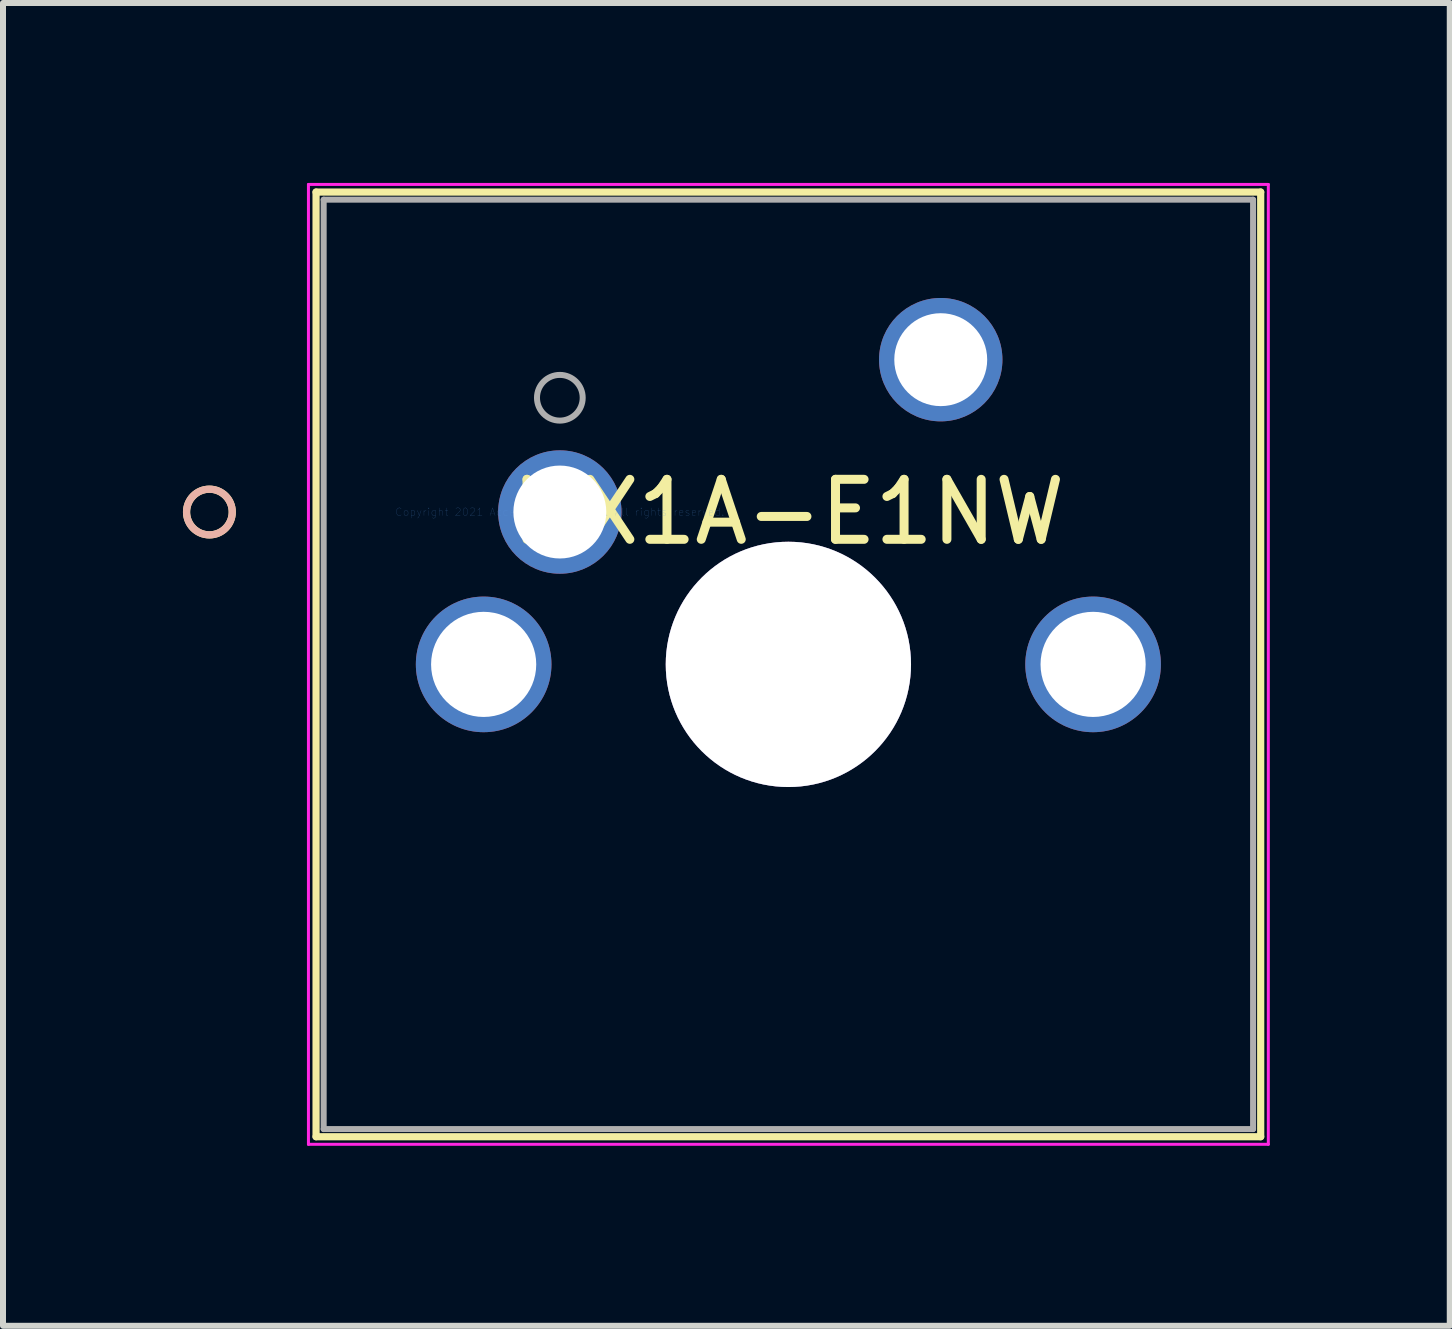
<source format=kicad_pcb>
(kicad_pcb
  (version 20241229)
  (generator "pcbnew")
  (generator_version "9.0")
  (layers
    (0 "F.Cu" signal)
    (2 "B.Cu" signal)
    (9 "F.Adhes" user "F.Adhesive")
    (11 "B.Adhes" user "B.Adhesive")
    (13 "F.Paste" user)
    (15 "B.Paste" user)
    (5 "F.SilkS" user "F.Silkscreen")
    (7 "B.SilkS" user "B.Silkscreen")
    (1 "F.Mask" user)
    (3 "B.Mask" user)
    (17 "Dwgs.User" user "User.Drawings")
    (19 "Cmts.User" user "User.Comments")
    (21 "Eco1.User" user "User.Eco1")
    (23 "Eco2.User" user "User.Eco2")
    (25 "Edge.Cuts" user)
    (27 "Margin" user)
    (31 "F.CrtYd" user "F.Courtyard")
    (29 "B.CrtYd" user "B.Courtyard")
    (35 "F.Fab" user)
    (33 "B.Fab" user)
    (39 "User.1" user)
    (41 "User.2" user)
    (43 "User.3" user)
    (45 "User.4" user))
  (footprint "MX1A-E1NW"
    (layer "F.Cu")
    (at 6.283 5.486)
    (property "Reference" "MX1A-E1NW" (at 3.81 0 0) (layer "F.SilkS") (effects (font (size 1 1) (thickness 0.15))))
    (attr through_hole)
    (fp_line (start -4.064 -5.334) (end -4.064 10.414) (stroke (width 0.12) (type solid)) (layer "F.SilkS"))
    (fp_line (start -4.064 10.414) (end 11.684 10.414) (stroke (width 0.12) (type solid)) (layer "F.SilkS"))
    (fp_line (start 11.684 -5.334) (end -4.064 -5.334) (stroke (width 0.12) (type solid)) (layer "F.SilkS"))
    (fp_line (start 11.684 10.414) (end 11.684 -5.334) (stroke (width 0.12) (type solid)) (layer "F.SilkS"))
    (fp_circle (center -5.842 0) (end -5.461 0) (stroke (width 0.12) (type solid)) (fill no) (layer "F.SilkS"))
    (fp_circle (center -5.842 0) (end -5.461 0) (stroke (width 0.12) (type solid)) (fill no) (layer "B.SilkS"))
    (fp_line (start -4.191 -5.461) (end -4.191 10.541) (stroke (width 0.05) (type solid)) (layer "F.CrtYd"))
    (fp_line (start -4.191 10.541) (end 11.811 10.541) (stroke (width 0.05) (type solid)) (layer "F.CrtYd"))
    (fp_line (start 11.811 -5.461) (end -4.191 -5.461) (stroke (width 0.05) (type solid)) (layer "F.CrtYd"))
    (fp_line (start 11.811 10.541) (end 11.811 -5.461) (stroke (width 0.05) (type solid)) (layer "F.CrtYd"))
    (fp_line (start -3.937 -5.207) (end -3.937 10.287) (stroke (width 0.1) (type solid)) (layer "F.Fab"))
    (fp_line (start -3.937 10.287) (end 11.557 10.287) (stroke (width 0.1) (type solid)) (layer "F.Fab"))
    (fp_line (start 11.557 -5.207) (end -3.937 -5.207) (stroke (width 0.1) (type solid)) (layer "F.Fab"))
    (fp_line (start 11.557 10.287) (end 11.557 -5.207) (stroke (width 0.1) (type solid)) (layer "F.Fab"))
    (fp_circle (center 0 -1.905) (end 0.381 -1.905) (stroke (width 0.1) (type solid)) (fill no) (layer "F.Fab"))
    (fp_text user "*" (at 0 0 0) (layer "F.SilkS") (effects (font (size 1 1) (thickness 0.15))))
    (fp_text user "Copyright 2021 Accelerated Designs. All rights reserved." (at 0 0 0) (layer "Cmts.User") (effects (font (size 0.127 0.127) (thickness 0.002))))
    (fp_text user "*" (at 0 0 0) (layer "F.Fab") (effects (font (size 1 1) (thickness 0.15))))
    (pad "1" thru_hole circle (at 0 0) (size 2.057 2.057) (drill 1.549) (layers "*.Cu" "*.Mask"))
    (pad "2" thru_hole circle (at 6.35 -2.54) (size 2.057 2.057) (drill 1.549) (layers "*.Cu" "*.Mask"))
    (pad "3" thru_hole circle (at 3.81 2.54) (size 4.089 4.089) (drill 4.089) (layers "*.Cu" "*.Mask"))
    (pad "4" thru_hole circle (at -1.27 2.54) (size 2.261 2.261) (drill 1.753) (layers "*.Cu" "*.Mask"))
    (pad "5" thru_hole circle (at 8.89 2.54) (size 2.261 2.261) (drill 1.753) (layers "*.Cu" "*.Mask")))
  (gr_rect
    (start -3 -3)
    (end 21.119 19.052)
    (stroke (width 0.1) (type default))
    (fill no)
    (layer "Edge.Cuts")))
</source>
